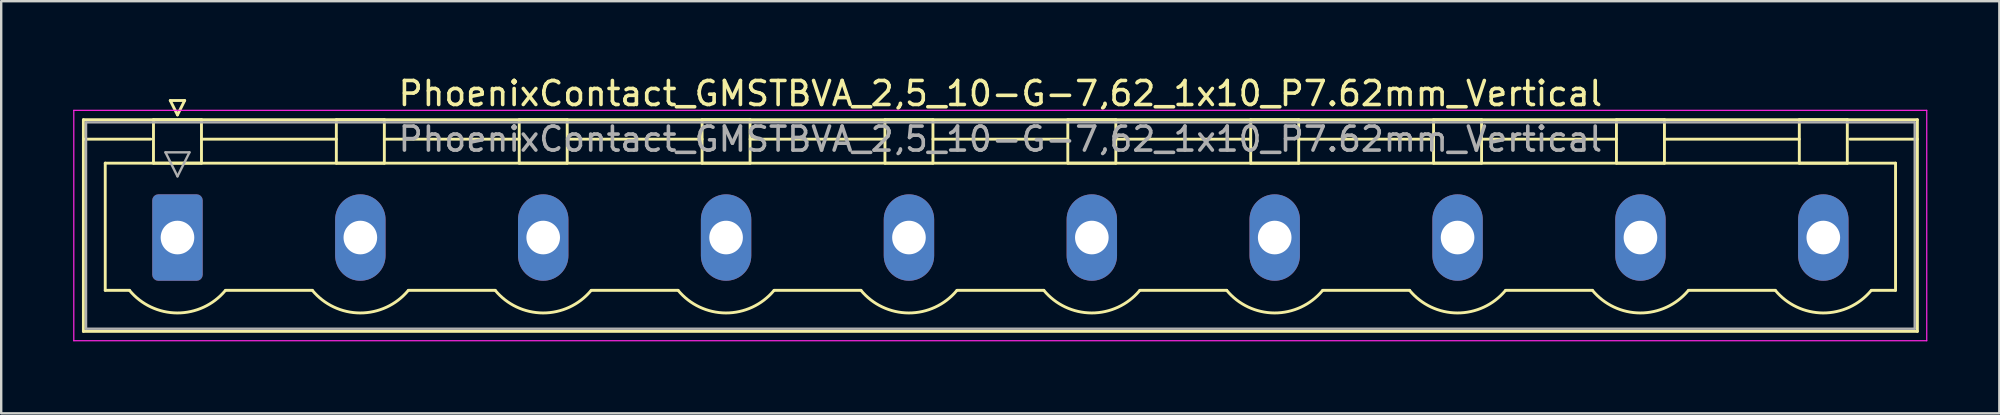
<source format=kicad_pcb>
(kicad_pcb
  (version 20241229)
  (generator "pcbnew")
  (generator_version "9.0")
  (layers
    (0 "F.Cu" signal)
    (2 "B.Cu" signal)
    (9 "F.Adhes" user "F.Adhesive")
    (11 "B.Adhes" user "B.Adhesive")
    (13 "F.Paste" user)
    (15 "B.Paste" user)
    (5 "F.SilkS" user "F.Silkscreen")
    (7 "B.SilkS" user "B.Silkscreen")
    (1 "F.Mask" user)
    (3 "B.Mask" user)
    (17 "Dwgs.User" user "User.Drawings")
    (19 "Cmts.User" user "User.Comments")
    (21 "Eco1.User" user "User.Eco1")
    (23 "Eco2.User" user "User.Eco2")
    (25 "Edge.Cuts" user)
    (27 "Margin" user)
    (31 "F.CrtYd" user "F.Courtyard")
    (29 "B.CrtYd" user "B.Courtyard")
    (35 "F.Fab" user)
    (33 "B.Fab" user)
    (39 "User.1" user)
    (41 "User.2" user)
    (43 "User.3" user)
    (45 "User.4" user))
  (footprint "PhoenixContact_GMSTBVA_2,5_10-G-7,62_1x10_P7.62mm_Vertical"
    (layer "F.Cu")
    (at 4.345 6.848)
    (property "Reference" "PhoenixContact_GMSTBVA_2,5_10-G-7,62_1x10_P7.62mm_Vertical" (at 34.29 -6 0) (layer "F.SilkS") (effects (font (size 1 1) (thickness 0.15))))
    (attr through_hole)
    (fp_line (start -3.92 -4.91) (end -3.92 3.91) (stroke (width 0.12) (type solid)) (layer "F.SilkS"))
    (fp_line (start -3.92 -4.1) (end -1.11 -4.1) (stroke (width 0.12) (type solid)) (layer "F.SilkS"))
    (fp_line (start -3.92 3.91) (end 72.5 3.91) (stroke (width 0.12) (type solid)) (layer "F.SilkS"))
    (fp_line (start -3.01 -3.1) (end 71.59 -3.1) (stroke (width 0.12) (type solid)) (layer "F.SilkS"))
    (fp_line (start -3.01 2.2) (end -3.01 -3.1) (stroke (width 0.12) (type solid)) (layer "F.SilkS"))
    (fp_line (start -2 2.2) (end -3.01 2.2) (stroke (width 0.12) (type solid)) (layer "F.SilkS"))
    (fp_line (start -1 -4.91) (end 1 -4.91) (stroke (width 0.12) (type solid)) (layer "F.SilkS"))
    (fp_line (start -1 -3.1) (end -1 -4.91) (stroke (width 0.12) (type solid)) (layer "F.SilkS"))
    (fp_line (start -0.3 -5.71) (end 0.3 -5.71) (stroke (width 0.12) (type solid)) (layer "F.SilkS"))
    (fp_line (start 0 -5.11) (end -0.3 -5.71) (stroke (width 0.12) (type solid)) (layer "F.SilkS"))
    (fp_line (start 0.3 -5.71) (end 0 -5.11) (stroke (width 0.12) (type solid)) (layer "F.SilkS"))
    (fp_line (start 1 -4.91) (end 1 -3.1) (stroke (width 0.12) (type solid)) (layer "F.SilkS"))
    (fp_line (start 1 -4.1) (end 6.62 -4.1) (stroke (width 0.12) (type solid)) (layer "F.SilkS"))
    (fp_line (start 1 -3.1) (end -1 -3.1) (stroke (width 0.12) (type solid)) (layer "F.SilkS"))
    (fp_line (start 2 2.2) (end 5.62 2.2) (stroke (width 0.12) (type solid)) (layer "F.SilkS"))
    (fp_line (start 6.62 -4.91) (end 8.62 -4.91) (stroke (width 0.12) (type solid)) (layer "F.SilkS"))
    (fp_line (start 6.62 -3.1) (end 6.62 -4.91) (stroke (width 0.12) (type solid)) (layer "F.SilkS"))
    (fp_line (start 8.62 -4.91) (end 8.62 -3.1) (stroke (width 0.12) (type solid)) (layer "F.SilkS"))
    (fp_line (start 8.62 -4.1) (end 14.24 -4.1) (stroke (width 0.12) (type solid)) (layer "F.SilkS"))
    (fp_line (start 8.62 -3.1) (end 6.62 -3.1) (stroke (width 0.12) (type solid)) (layer "F.SilkS"))
    (fp_line (start 9.62 2.2) (end 13.24 2.2) (stroke (width 0.12) (type solid)) (layer "F.SilkS"))
    (fp_line (start 14.24 -4.91) (end 16.24 -4.91) (stroke (width 0.12) (type solid)) (layer "F.SilkS"))
    (fp_line (start 14.24 -3.1) (end 14.24 -4.91) (stroke (width 0.12) (type solid)) (layer "F.SilkS"))
    (fp_line (start 16.24 -4.91) (end 16.24 -3.1) (stroke (width 0.12) (type solid)) (layer "F.SilkS"))
    (fp_line (start 16.24 -4.1) (end 21.86 -4.1) (stroke (width 0.12) (type solid)) (layer "F.SilkS"))
    (fp_line (start 16.24 -3.1) (end 14.24 -3.1) (stroke (width 0.12) (type solid)) (layer "F.SilkS"))
    (fp_line (start 17.24 2.2) (end 20.86 2.2) (stroke (width 0.12) (type solid)) (layer "F.SilkS"))
    (fp_line (start 21.86 -4.91) (end 23.86 -4.91) (stroke (width 0.12) (type solid)) (layer "F.SilkS"))
    (fp_line (start 21.86 -3.1) (end 21.86 -4.91) (stroke (width 0.12) (type solid)) (layer "F.SilkS"))
    (fp_line (start 23.86 -4.91) (end 23.86 -3.1) (stroke (width 0.12) (type solid)) (layer "F.SilkS"))
    (fp_line (start 23.86 -4.1) (end 29.48 -4.1) (stroke (width 0.12) (type solid)) (layer "F.SilkS"))
    (fp_line (start 23.86 -3.1) (end 21.86 -3.1) (stroke (width 0.12) (type solid)) (layer "F.SilkS"))
    (fp_line (start 24.86 2.2) (end 28.48 2.2) (stroke (width 0.12) (type solid)) (layer "F.SilkS"))
    (fp_line (start 29.48 -4.91) (end 31.48 -4.91) (stroke (width 0.12) (type solid)) (layer "F.SilkS"))
    (fp_line (start 29.48 -3.1) (end 29.48 -4.91) (stroke (width 0.12) (type solid)) (layer "F.SilkS"))
    (fp_line (start 31.48 -4.91) (end 31.48 -3.1) (stroke (width 0.12) (type solid)) (layer "F.SilkS"))
    (fp_line (start 31.48 -4.1) (end 37.1 -4.1) (stroke (width 0.12) (type solid)) (layer "F.SilkS"))
    (fp_line (start 31.48 -3.1) (end 29.48 -3.1) (stroke (width 0.12) (type solid)) (layer "F.SilkS"))
    (fp_line (start 32.48 2.2) (end 36.1 2.2) (stroke (width 0.12) (type solid)) (layer "F.SilkS"))
    (fp_line (start 37.1 -4.91) (end 39.1 -4.91) (stroke (width 0.12) (type solid)) (layer "F.SilkS"))
    (fp_line (start 37.1 -3.1) (end 37.1 -4.91) (stroke (width 0.12) (type solid)) (layer "F.SilkS"))
    (fp_line (start 39.1 -4.91) (end 39.1 -3.1) (stroke (width 0.12) (type solid)) (layer "F.SilkS"))
    (fp_line (start 39.1 -4.1) (end 44.72 -4.1) (stroke (width 0.12) (type solid)) (layer "F.SilkS"))
    (fp_line (start 39.1 -3.1) (end 37.1 -3.1) (stroke (width 0.12) (type solid)) (layer "F.SilkS"))
    (fp_line (start 40.1 2.2) (end 43.72 2.2) (stroke (width 0.12) (type solid)) (layer "F.SilkS"))
    (fp_line (start 44.72 -4.91) (end 46.72 -4.91) (stroke (width 0.12) (type solid)) (layer "F.SilkS"))
    (fp_line (start 44.72 -3.1) (end 44.72 -4.91) (stroke (width 0.12) (type solid)) (layer "F.SilkS"))
    (fp_line (start 46.72 -4.91) (end 46.72 -3.1) (stroke (width 0.12) (type solid)) (layer "F.SilkS"))
    (fp_line (start 46.72 -4.1) (end 52.34 -4.1) (stroke (width 0.12) (type solid)) (layer "F.SilkS"))
    (fp_line (start 46.72 -3.1) (end 44.72 -3.1) (stroke (width 0.12) (type solid)) (layer "F.SilkS"))
    (fp_line (start 47.72 2.2) (end 51.34 2.2) (stroke (width 0.12) (type solid)) (layer "F.SilkS"))
    (fp_line (start 52.34 -4.91) (end 54.34 -4.91) (stroke (width 0.12) (type solid)) (layer "F.SilkS"))
    (fp_line (start 52.34 -3.1) (end 52.34 -4.91) (stroke (width 0.12) (type solid)) (layer "F.SilkS"))
    (fp_line (start 54.34 -4.91) (end 54.34 -3.1) (stroke (width 0.12) (type solid)) (layer "F.SilkS"))
    (fp_line (start 54.34 -4.1) (end 59.96 -4.1) (stroke (width 0.12) (type solid)) (layer "F.SilkS"))
    (fp_line (start 54.34 -3.1) (end 52.34 -3.1) (stroke (width 0.12) (type solid)) (layer "F.SilkS"))
    (fp_line (start 55.34 2.2) (end 58.96 2.2) (stroke (width 0.12) (type solid)) (layer "F.SilkS"))
    (fp_line (start 59.96 -4.91) (end 61.96 -4.91) (stroke (width 0.12) (type solid)) (layer "F.SilkS"))
    (fp_line (start 59.96 -3.1) (end 59.96 -4.91) (stroke (width 0.12) (type solid)) (layer "F.SilkS"))
    (fp_line (start 61.96 -4.91) (end 61.96 -3.1) (stroke (width 0.12) (type solid)) (layer "F.SilkS"))
    (fp_line (start 61.96 -4.1) (end 67.58 -4.1) (stroke (width 0.12) (type solid)) (layer "F.SilkS"))
    (fp_line (start 61.96 -3.1) (end 59.96 -3.1) (stroke (width 0.12) (type solid)) (layer "F.SilkS"))
    (fp_line (start 62.96 2.2) (end 66.58 2.2) (stroke (width 0.12) (type solid)) (layer "F.SilkS"))
    (fp_line (start 67.58 -4.91) (end 69.58 -4.91) (stroke (width 0.12) (type solid)) (layer "F.SilkS"))
    (fp_line (start 67.58 -3.1) (end 67.58 -4.91) (stroke (width 0.12) (type solid)) (layer "F.SilkS"))
    (fp_line (start 69.58 -4.91) (end 69.58 -3.1) (stroke (width 0.12) (type solid)) (layer "F.SilkS"))
    (fp_line (start 69.58 -3.1) (end 67.58 -3.1) (stroke (width 0.12) (type solid)) (layer "F.SilkS"))
    (fp_line (start 71.59 -3.1) (end 71.59 2.2) (stroke (width 0.12) (type solid)) (layer "F.SilkS"))
    (fp_line (start 71.59 2.2) (end 70.58 2.2) (stroke (width 0.12) (type solid)) (layer "F.SilkS"))
    (fp_line (start 72.5 -4.91) (end -3.92 -4.91) (stroke (width 0.12) (type solid)) (layer "F.SilkS"))
    (fp_line (start 72.5 -4.1) (end 69.69 -4.1) (stroke (width 0.12) (type solid)) (layer "F.SilkS"))
    (fp_line (start 72.5 3.91) (end 72.5 -4.91) (stroke (width 0.12) (type solid)) (layer "F.SilkS"))
    (fp_arc (start 1.986842 2.215821) (mid -0.010289 3.142758) (end -2 2.2) (stroke (width 0.12) (type solid)) (layer "F.SilkS"))
    (fp_arc (start 9.606842 2.215821) (mid 7.609711 3.142758) (end 5.62 2.2) (stroke (width 0.12) (type solid)) (layer "F.SilkS"))
    (fp_arc (start 17.226842 2.215821) (mid 15.229711 3.142758) (end 13.24 2.2) (stroke (width 0.12) (type solid)) (layer "F.SilkS"))
    (fp_arc (start 24.846842 2.215821) (mid 22.849711 3.142758) (end 20.86 2.2) (stroke (width 0.12) (type solid)) (layer "F.SilkS"))
    (fp_arc (start 32.466842 2.215821) (mid 30.469711 3.142758) (end 28.48 2.2) (stroke (width 0.12) (type solid)) (layer "F.SilkS"))
    (fp_arc (start 40.086842 2.215821) (mid 38.089711 3.142758) (end 36.1 2.2) (stroke (width 0.12) (type solid)) (layer "F.SilkS"))
    (fp_arc (start 47.706842 2.215821) (mid 45.709711 3.142758) (end 43.72 2.2) (stroke (width 0.12) (type solid)) (layer "F.SilkS"))
    (fp_arc (start 55.326842 2.215821) (mid 53.329711 3.142758) (end 51.34 2.2) (stroke (width 0.12) (type solid)) (layer "F.SilkS"))
    (fp_arc (start 62.946842 2.215821) (mid 60.949711 3.142758) (end 58.96 2.2) (stroke (width 0.12) (type solid)) (layer "F.SilkS"))
    (fp_arc (start 70.566842 2.215821) (mid 68.569711 3.142758) (end 66.58 2.2) (stroke (width 0.12) (type solid)) (layer "F.SilkS"))
    (fp_line (start -4.32 -5.3) (end -4.32 4.3) (stroke (width 0.05) (type solid)) (layer "F.CrtYd"))
    (fp_line (start -4.32 4.3) (end 72.89 4.3) (stroke (width 0.05) (type solid)) (layer "F.CrtYd"))
    (fp_line (start 72.89 -5.3) (end -4.32 -5.3) (stroke (width 0.05) (type solid)) (layer "F.CrtYd"))
    (fp_line (start 72.89 4.3) (end 72.89 -5.3) (stroke (width 0.05) (type solid)) (layer "F.CrtYd"))
    (fp_line (start -3.81 -4.8) (end -3.81 3.8) (stroke (width 0.1) (type solid)) (layer "F.Fab"))
    (fp_line (start -3.81 3.8) (end 72.39 3.8) (stroke (width 0.1) (type solid)) (layer "F.Fab"))
    (fp_line (start -0.5 -3.55) (end 0.5 -3.55) (stroke (width 0.1) (type solid)) (layer "F.Fab"))
    (fp_line (start 0 -2.55) (end -0.5 -3.55) (stroke (width 0.1) (type solid)) (layer "F.Fab"))
    (fp_line (start 0.5 -3.55) (end 0 -2.55) (stroke (width 0.1) (type solid)) (layer "F.Fab"))
    (fp_line (start 72.39 -4.8) (end -3.81 -4.8) (stroke (width 0.1) (type solid)) (layer "F.Fab"))
    (fp_line (start 72.39 3.8) (end 72.39 -4.8) (stroke (width 0.1) (type solid)) (layer "F.Fab"))
    (fp_text user "${REFERENCE}" (at 34.29 -4.1 0) (layer "F.Fab") (effects (font (size 1 1) (thickness 0.15))))
    (pad "1" thru_hole roundrect (at 0 0) (size 2.1 3.6) (drill 1.4) (layers "*.Cu" "*.Mask") (roundrect_rratio 0.119))
    (pad "2" thru_hole oval (at 7.62 0) (size 2.1 3.6) (drill 1.4) (layers "*.Cu" "*.Mask"))
    (pad "3" thru_hole oval (at 15.24 0) (size 2.1 3.6) (drill 1.4) (layers "*.Cu" "*.Mask"))
    (pad "4" thru_hole oval (at 22.86 0) (size 2.1 3.6) (drill 1.4) (layers "*.Cu" "*.Mask"))
    (pad "5" thru_hole oval (at 30.48 0) (size 2.1 3.6) (drill 1.4) (layers "*.Cu" "*.Mask"))
    (pad "6" thru_hole oval (at 38.1 0) (size 2.1 3.6) (drill 1.4) (layers "*.Cu" "*.Mask"))
    (pad "7" thru_hole oval (at 45.72 0) (size 2.1 3.6) (drill 1.4) (layers "*.Cu" "*.Mask"))
    (pad "8" thru_hole oval (at 53.34 0) (size 2.1 3.6) (drill 1.4) (layers "*.Cu" "*.Mask"))
    (pad "9" thru_hole oval (at 60.96 0) (size 2.1 3.6) (drill 1.4) (layers "*.Cu" "*.Mask"))
    (pad "10" thru_hole oval (at 68.58 0) (size 2.1 3.6) (drill 1.4) (layers "*.Cu" "*.Mask")))
  (gr_rect
    (start -3 -3)
    (end 80.26 14.173)
    (stroke (width 0.1) (type default))
    (fill no)
    (layer "Edge.Cuts")))
</source>
